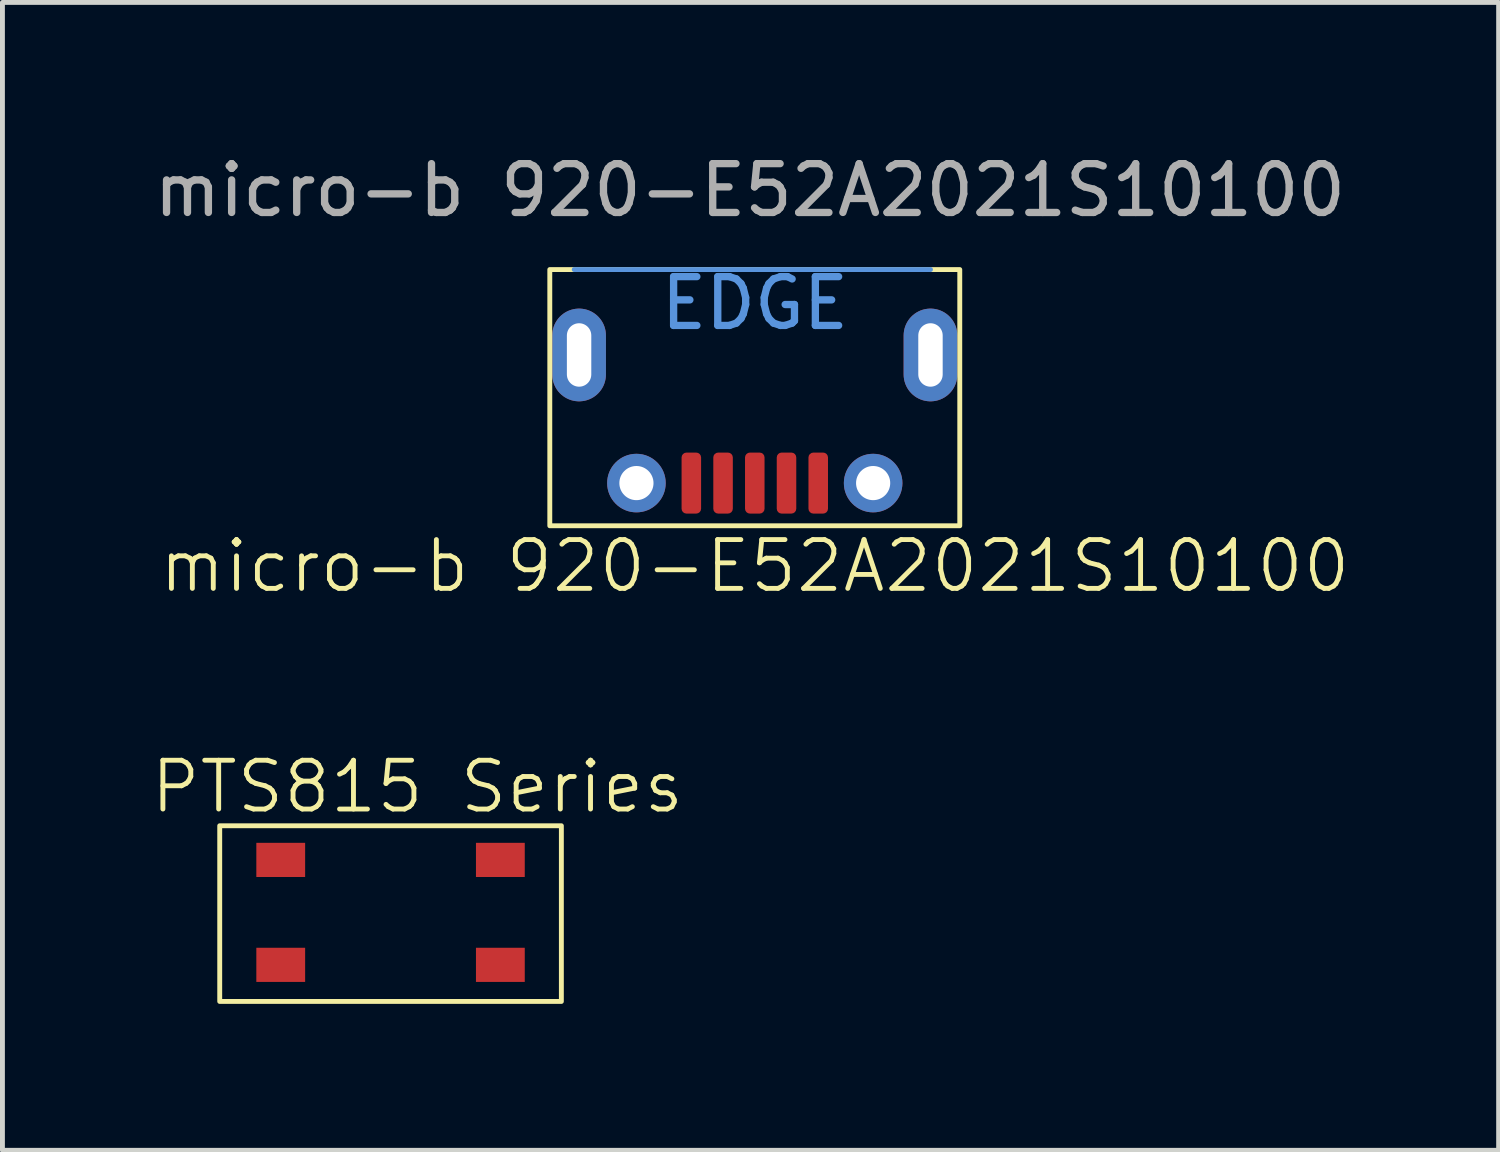
<source format=kicad_pcb>
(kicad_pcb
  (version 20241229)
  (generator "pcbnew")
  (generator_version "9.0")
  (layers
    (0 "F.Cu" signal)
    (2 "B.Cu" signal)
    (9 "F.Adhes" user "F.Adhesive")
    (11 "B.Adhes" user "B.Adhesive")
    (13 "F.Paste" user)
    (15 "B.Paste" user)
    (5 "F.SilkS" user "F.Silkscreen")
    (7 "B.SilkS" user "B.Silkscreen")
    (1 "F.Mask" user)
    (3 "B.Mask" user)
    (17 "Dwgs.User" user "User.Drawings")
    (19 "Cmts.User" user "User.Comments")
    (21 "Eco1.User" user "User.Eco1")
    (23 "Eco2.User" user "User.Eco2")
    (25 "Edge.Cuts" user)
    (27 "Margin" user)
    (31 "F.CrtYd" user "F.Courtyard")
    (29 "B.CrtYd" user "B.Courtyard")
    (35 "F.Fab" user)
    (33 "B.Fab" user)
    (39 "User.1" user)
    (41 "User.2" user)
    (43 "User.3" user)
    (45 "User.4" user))
  (footprint "PTS815 Series"
    (layer "F.Cu")
    (at 2.702 14.569)
    (property "Reference" "PTS815 Series" (at 2.8 -1.5 0) (unlocked yes) (layer "F.SilkS") (effects (font (size 1 1) (thickness 0.1))))
    (attr smd)
    (fp_rect (start -1.25 -0.7) (end 5.75 2.9) (stroke (width 0.1) (type default)) (fill no) (layer "F.SilkS"))
    (pad "1" smd rect (at 0 0) (size 1 0.7) (layers "F.Cu" "F.Mask" "F.Paste"))
    (pad "2" smd rect (at 4.5 0) (size 1 0.7) (layers "F.Cu" "F.Mask" "F.Paste"))
    (pad "3" smd rect (at 0 2.15) (size 1 0.7) (layers "F.Cu" "F.Mask" "F.Paste"))
    (pad "4" smd rect (at 4.5 2.15) (size 1 0.7) (layers "F.Cu" "F.Mask" "F.Paste")))
  (footprint "micro-b 920-E52A2021S10100"
    (layer "F.Cu")
    (at 12.415 6.848)
    (property "Reference" "micro-b 920-E52A2021S10100" (at 0 1.7 0) (unlocked yes) (layer "F.SilkS") (effects (font (size 1 1) (thickness 0.1))))
    (attr smd)
    (fp_rect (start -4.2 -4.375) (end 4.2 0.875) (stroke (width 0.1) (type default)) (fill no) (layer "F.SilkS"))
    (fp_line (start -3.7 -4.375) (end 3.6 -4.375) (stroke (width 0.1) (type default)) (layer "Cmts.User"))
    (fp_text user "EDGE" (at -2 -3.1 0) (unlocked yes) (layer "Cmts.User") (effects (font (size 1 1) (thickness 0.15)) (justify left bottom)))
    (fp_text user "${REFERENCE}" (at -0.1 -6 0) (unlocked yes) (layer "F.Fab") (effects (font (size 1 1) (thickness 0.15))))
    (pad "1" smd roundrect (at 1.3 0) (size 0.4 1.25) (layers "F.Cu" "F.Mask" "F.Paste") (roundrect_rratio 0.25))
    (pad "2" smd roundrect (at 0.65 0) (size 0.4 1.25) (layers "F.Cu" "F.Mask" "F.Paste") (roundrect_rratio 0.25))
    (pad "3" smd roundrect (at 0 0) (size 0.4 1.25) (layers "F.Cu" "F.Mask" "F.Paste") (roundrect_rratio 0.25))
    (pad "4" smd roundrect (at -0.65 0) (size 0.4 1.25) (layers "F.Cu" "F.Mask" "F.Paste") (roundrect_rratio 0.25))
    (pad "5" smd roundrect (at -1.3 0) (size 0.4 1.25) (layers "F.Cu" "F.Mask" "F.Paste") (roundrect_rratio 0.25))
    (pad "6" thru_hole oval (at -3.6 -2.625) (size 1.1 1.9) (drill oval 0.5 1.3) (layers "*.Cu" "*.Mask"))
    (pad "6" thru_hole circle (at -2.425 0) (size 1.2 1.2) (drill 0.7) (layers "*.Cu" "*.Mask"))
    (pad "6" thru_hole circle (at 2.425 0) (size 1.2 1.2) (drill 0.7) (layers "*.Cu" "*.Mask"))
    (pad "6" thru_hole oval (at 3.6 -2.625) (size 1.1 1.9) (drill oval 0.5 1.3) (layers "*.Cu" "*.Mask")))
  (gr_rect
    (start -3 -3)
    (end 27.656 20.519)
    (stroke (width 0.1) (type default))
    (fill no)
    (layer "Edge.Cuts")))
</source>
